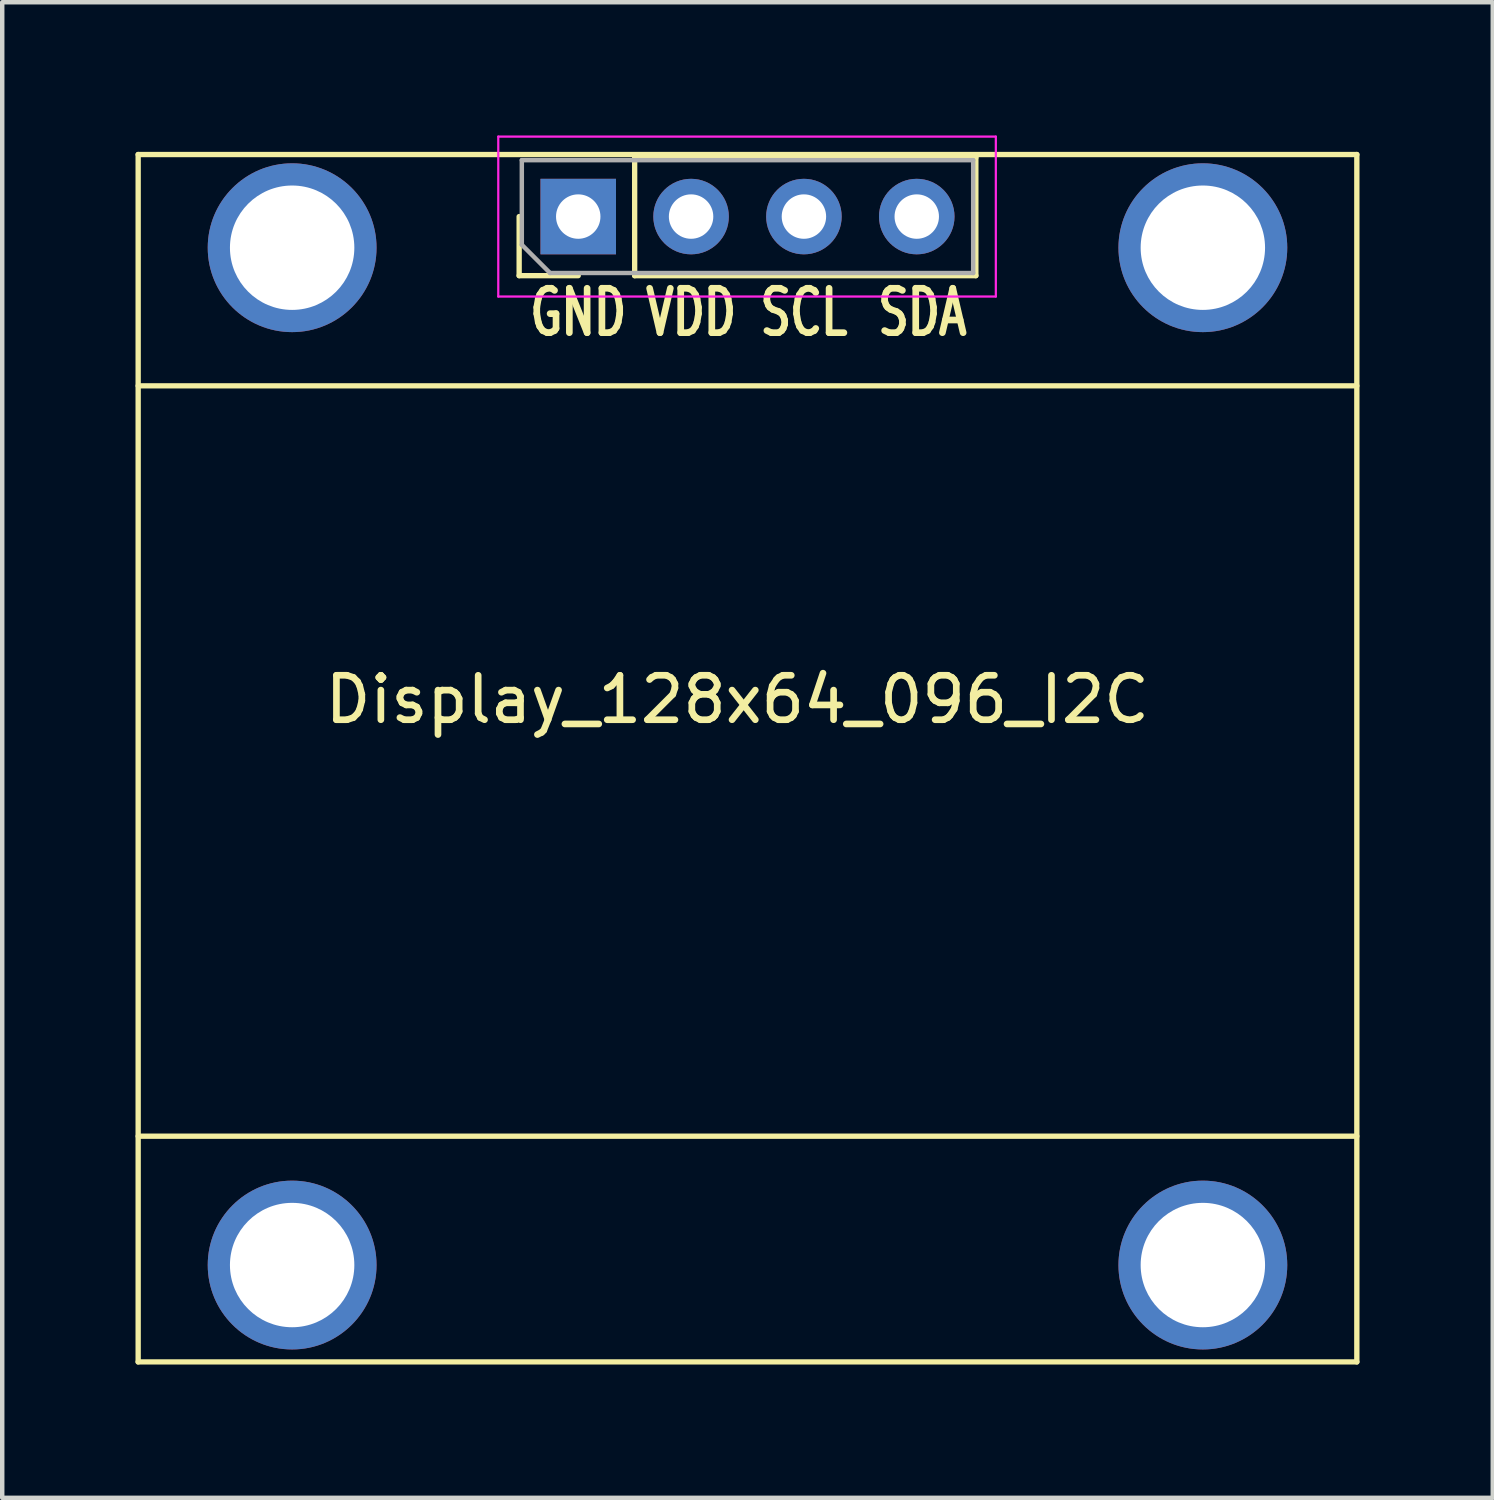
<source format=kicad_pcb>
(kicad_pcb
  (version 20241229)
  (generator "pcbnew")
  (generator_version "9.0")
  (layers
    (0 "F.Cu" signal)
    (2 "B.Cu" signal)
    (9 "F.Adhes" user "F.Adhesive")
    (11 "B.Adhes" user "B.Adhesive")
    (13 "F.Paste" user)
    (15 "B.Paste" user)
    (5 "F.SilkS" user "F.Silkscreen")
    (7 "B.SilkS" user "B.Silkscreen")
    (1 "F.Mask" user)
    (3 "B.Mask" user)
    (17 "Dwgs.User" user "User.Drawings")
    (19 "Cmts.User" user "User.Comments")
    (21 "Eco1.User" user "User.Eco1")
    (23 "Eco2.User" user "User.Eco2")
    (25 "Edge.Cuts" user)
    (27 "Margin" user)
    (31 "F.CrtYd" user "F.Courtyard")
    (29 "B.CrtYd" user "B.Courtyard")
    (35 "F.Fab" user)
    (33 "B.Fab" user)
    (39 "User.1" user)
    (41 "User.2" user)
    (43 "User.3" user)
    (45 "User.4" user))
  (footprint "Display_128x64_096_I2C"
    (layer "F.Cu")
    (at 13.776 22.526)
    (property "Reference" "Display_128x64_096_I2C" (at -0.229 -9.83 0) (layer "F.SilkS") (effects (font (size 1 1) (thickness 0.15))))
    (attr through_hole)
    (fp_line (start -13.716 -22.098) (end 13.716 -22.098) (stroke (width 0.12) (type solid)) (layer "F.SilkS"))
    (fp_line (start -13.716 -16.891) (end 13.716 -16.891) (stroke (width 0.12) (type solid)) (layer "F.SilkS"))
    (fp_line (start -13.716 0) (end 13.716 0) (stroke (width 0.12) (type solid)) (layer "F.SilkS"))
    (fp_line (start -13.716 5.08) (end -13.716 -22.098) (stroke (width 0.12) (type solid)) (layer "F.SilkS"))
    (fp_line (start -5.14 -19.371) (end -5.14 -20.701) (stroke (width 0.12) (type solid)) (layer "F.SilkS"))
    (fp_line (start -3.81 -19.371) (end -5.14 -19.371) (stroke (width 0.12) (type solid)) (layer "F.SilkS"))
    (fp_line (start -2.54 -22.031) (end 5.14 -22.031) (stroke (width 0.12) (type solid)) (layer "F.SilkS"))
    (fp_line (start -2.54 -19.371) (end -2.54 -22.031) (stroke (width 0.12) (type solid)) (layer "F.SilkS"))
    (fp_line (start -2.54 -19.371) (end 5.14 -19.371) (stroke (width 0.12) (type solid)) (layer "F.SilkS"))
    (fp_line (start 5.14 -19.371) (end 5.14 -22.031) (stroke (width 0.12) (type solid)) (layer "F.SilkS"))
    (fp_line (start 13.716 5.08) (end -13.716 5.08) (stroke (width 0.12) (type solid)) (layer "F.SilkS"))
    (fp_line (start 13.716 5.08) (end 13.716 -22.098) (stroke (width 0.12) (type solid)) (layer "F.SilkS"))
    (fp_line (start -5.61 -22.501) (end -5.61 -18.901) (stroke (width 0.05) (type solid)) (layer "F.CrtYd"))
    (fp_line (start -5.61 -18.901) (end 5.59 -18.901) (stroke (width 0.05) (type solid)) (layer "F.CrtYd"))
    (fp_line (start 5.59 -22.501) (end -5.61 -22.501) (stroke (width 0.05) (type solid)) (layer "F.CrtYd"))
    (fp_line (start 5.59 -18.901) (end 5.59 -22.501) (stroke (width 0.05) (type solid)) (layer "F.CrtYd"))
    (fp_line (start -5.08 -21.971) (end 5.08 -21.971) (stroke (width 0.1) (type solid)) (layer "F.Fab"))
    (fp_line (start -5.08 -20.066) (end -5.08 -21.971) (stroke (width 0.1) (type solid)) (layer "F.Fab"))
    (fp_line (start -4.445 -19.431) (end -5.08 -20.066) (stroke (width 0.1) (type solid)) (layer "F.Fab"))
    (fp_line (start 5.08 -21.971) (end 5.08 -19.431) (stroke (width 0.1) (type solid)) (layer "F.Fab"))
    (fp_line (start 5.08 -19.431) (end -4.445 -19.431) (stroke (width 0.1) (type solid)) (layer "F.Fab"))
    (fp_text user "GND" (at -3.81 -18.542 0) (layer "F.SilkS") (effects (font (size 1 0.7) (thickness 0.15))))
    (fp_text user "SDA" (at 3.937 -18.542 0) (layer "F.SilkS") (effects (font (size 1 0.7) (thickness 0.15))))
    (fp_text user "VDD" (at -1.27 -18.542 0) (layer "F.SilkS") (effects (font (size 1 0.7) (thickness 0.15))))
    (fp_text user "SCL" (at 1.27 -18.542 0) (layer "F.SilkS") (effects (font (size 1 0.7) (thickness 0.15))))
    (pad "" np_thru_hole circle (at -10.25 -20) (size 3.8 3.8) (drill 2.8) (layers "*.Cu" "*.Mask"))
    (pad "" np_thru_hole circle (at -10.25 2.9) (size 3.8 3.8) (drill 2.8) (layers "*.Cu" "*.Mask"))
    (pad "" np_thru_hole circle (at 10.25 -20) (size 3.8 3.8) (drill 2.8) (layers "*.Cu" "*.Mask"))
    (pad "" np_thru_hole circle (at 10.25 2.9) (size 3.8 3.8) (drill 2.8) (layers "*.Cu" "*.Mask"))
    (pad "1" thru_hole rect (at -3.81 -20.701 90) (size 1.7 1.7) (drill 1) (layers "*.Cu" "*.Mask"))
    (pad "2" thru_hole oval (at -1.27 -20.701 90) (size 1.7 1.7) (drill 1) (layers "*.Cu" "*.Mask"))
    (pad "3" thru_hole oval (at 1.27 -20.701 90) (size 1.7 1.7) (drill 1) (layers "*.Cu" "*.Mask"))
    (pad "4" thru_hole oval (at 3.81 -20.701 90) (size 1.7 1.7) (drill 1) (layers "*.Cu" "*.Mask")))
  (gr_rect
    (start -3 -3)
    (end 30.552 30.666)
    (stroke (width 0.1) (type default))
    (fill no)
    (layer "Edge.Cuts")))
</source>
